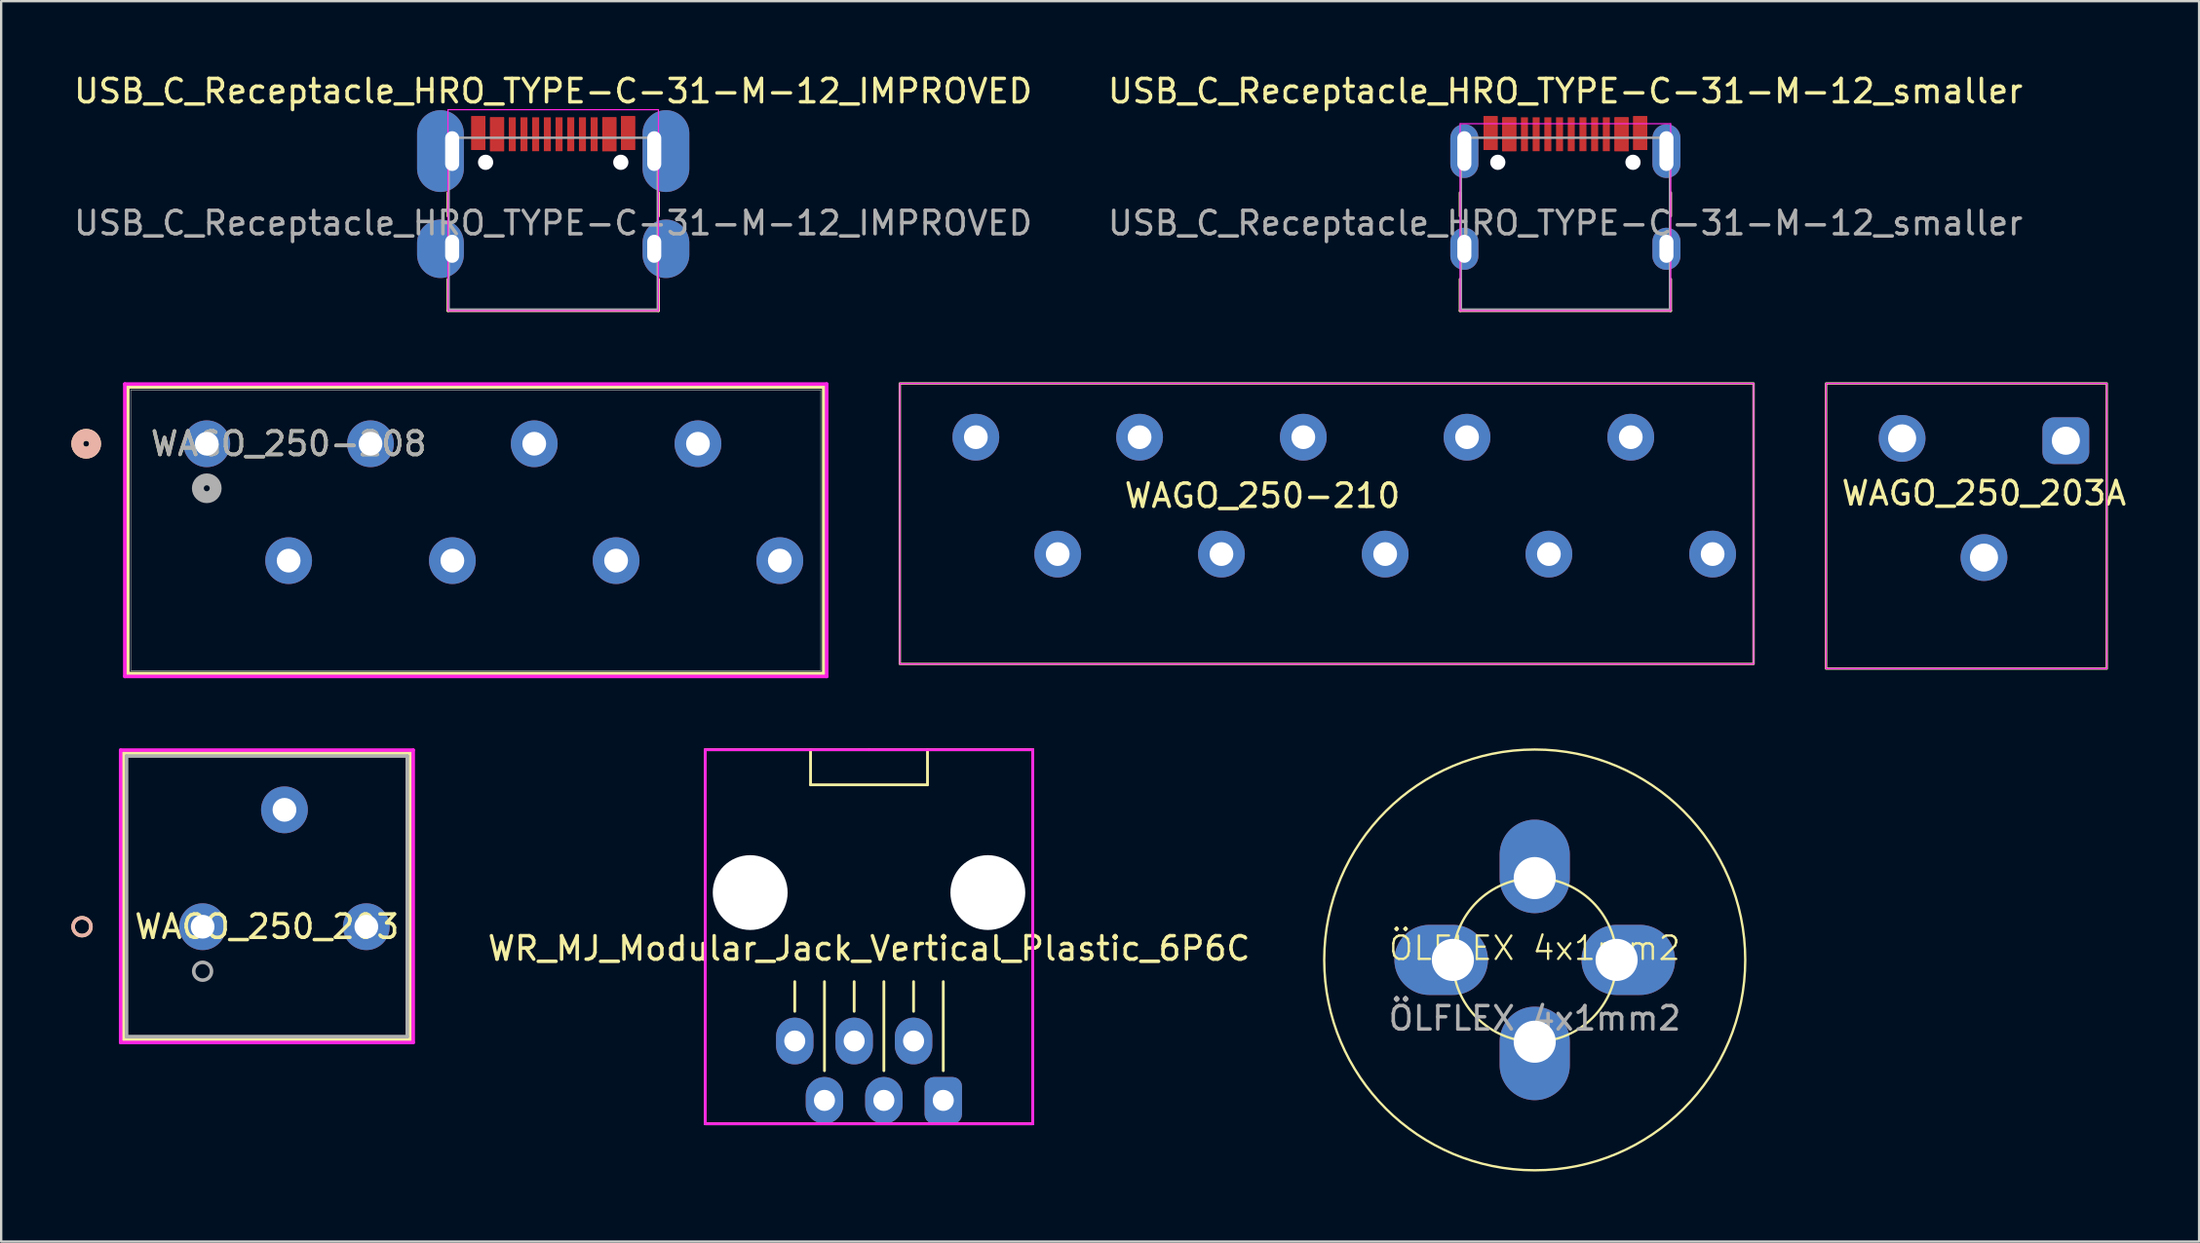
<source format=kicad_pcb>
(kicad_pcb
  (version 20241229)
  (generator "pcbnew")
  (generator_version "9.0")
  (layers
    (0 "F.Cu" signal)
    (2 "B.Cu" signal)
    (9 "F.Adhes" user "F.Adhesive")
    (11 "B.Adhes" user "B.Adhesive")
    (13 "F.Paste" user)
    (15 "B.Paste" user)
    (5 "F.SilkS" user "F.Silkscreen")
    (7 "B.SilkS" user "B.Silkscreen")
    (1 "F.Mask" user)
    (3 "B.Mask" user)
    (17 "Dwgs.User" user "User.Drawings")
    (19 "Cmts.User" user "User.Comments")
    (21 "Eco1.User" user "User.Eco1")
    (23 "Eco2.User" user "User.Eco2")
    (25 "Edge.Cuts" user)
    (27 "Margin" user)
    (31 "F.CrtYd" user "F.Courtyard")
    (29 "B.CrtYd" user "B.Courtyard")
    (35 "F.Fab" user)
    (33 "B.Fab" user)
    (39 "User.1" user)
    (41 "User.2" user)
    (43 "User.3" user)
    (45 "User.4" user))
  (footprint "WAGO_250-208"
    (layer "F.Cu")
    (at 5.79 15.933)
    (property "Reference" "WAGO_250-208" (at 3.5 0 0) (unlocked yes) (layer "F.SilkS") (effects (font (size 1 1) (thickness 0.15))))
    (attr through_hole)
    (fp_line (start -3.377 -2.427) (end -3.377 9.827) (stroke (width 0.152) (type solid)) (layer "F.SilkS"))
    (fp_line (start -3.377 9.827) (end 26.377 9.827) (stroke (width 0.152) (type solid)) (layer "F.SilkS"))
    (fp_line (start 26.377 -2.427) (end -3.377 -2.427) (stroke (width 0.152) (type solid)) (layer "F.SilkS"))
    (fp_line (start 26.377 9.827) (end 26.377 -2.427) (stroke (width 0.152) (type solid)) (layer "F.SilkS"))
    (fp_circle (center -5.155 0) (end -4.774 0) (stroke (width 0.508) (type solid)) (fill no) (layer "F.SilkS"))
    (fp_circle (center -5.155 0) (end -4.774 0) (stroke (width 0.508) (type solid)) (fill no) (layer "B.SilkS"))
    (fp_line (start -3.504 -2.554) (end -3.504 9.954) (stroke (width 0.152) (type solid)) (layer "F.CrtYd"))
    (fp_line (start -3.504 9.954) (end 26.504 9.954) (stroke (width 0.152) (type solid)) (layer "F.CrtYd"))
    (fp_line (start 26.504 -2.554) (end -3.504 -2.554) (stroke (width 0.152) (type solid)) (layer "F.CrtYd"))
    (fp_line (start 26.504 9.954) (end 26.504 -2.554) (stroke (width 0.152) (type solid)) (layer "F.CrtYd"))
    (fp_line (start -3.25 -2.3) (end -3.25 9.7) (stroke (width 0.025) (type solid)) (layer "F.Fab"))
    (fp_line (start -3.25 9.7) (end 26.25 9.7) (stroke (width 0.025) (type solid)) (layer "F.Fab"))
    (fp_line (start 26.25 -2.3) (end -3.25 -2.3) (stroke (width 0.025) (type solid)) (layer "F.Fab"))
    (fp_line (start 26.25 9.7) (end 26.25 -2.3) (stroke (width 0.025) (type solid)) (layer "F.Fab"))
    (fp_circle (center 0 1.905) (end 0.381 1.905) (stroke (width 0.508) (type solid)) (fill no) (layer "F.Fab"))
    (fp_text user "${REFERENCE}" (at 3.5 0 0) (unlocked yes) (layer "F.Fab") (effects (font (size 1 1) (thickness 0.15))))
    (pad "1" thru_hole circle (at 0 0) (size 2 2) (drill 1.016) (layers "*.Cu" "*.Mask"))
    (pad "2" thru_hole circle (at 3.5 5) (size 2 2) (drill 1.016) (layers "*.Cu" "*.Mask"))
    (pad "3" thru_hole circle (at 7 0) (size 2 2) (drill 1.016) (layers "*.Cu" "*.Mask"))
    (pad "4" thru_hole circle (at 10.5 5) (size 2 2) (drill 1.016) (layers "*.Cu" "*.Mask"))
    (pad "5" thru_hole circle (at 14 0) (size 2 2) (drill 1.016) (layers "*.Cu" "*.Mask"))
    (pad "6" thru_hole circle (at 17.5 5) (size 2 2) (drill 1.016) (layers "*.Cu" "*.Mask"))
    (pad "7" thru_hole circle (at 21 0) (size 2 2) (drill 1.016) (layers "*.Cu" "*.Mask"))
    (pad "8" thru_hole circle (at 24.5 5) (size 2 2) (drill 1.016) (layers "*.Cu" "*.Mask")))
  (footprint "USB_C_Receptacle_HRO_TYPE-C-31-M-12_smaller"
    (layer "F.Cu")
    (at 63.875 7.593)
    (property "Reference" "USB_C_Receptacle_HRO_TYPE-C-31-M-12_smaller" (at 0 -6.745 0) (layer "F.SilkS") (effects (font (size 1 1) (thickness 0.15))))
    (attr smd)
    (fp_line (start -4.5 -2.4) (end -4.5 -1.4) (stroke (width 0.12) (type solid)) (layer "F.SilkS"))
    (fp_line (start -4.5 1.3) (end -4.5 2.65) (stroke (width 0.12) (type solid)) (layer "F.SilkS"))
    (fp_line (start -4.5 2.65) (end 4.5 2.65) (stroke (width 0.12) (type solid)) (layer "F.SilkS"))
    (fp_line (start 4.5 -2.4) (end 4.5 -1.4) (stroke (width 0.12) (type solid)) (layer "F.SilkS"))
    (fp_line (start 4.5 1.3) (end 4.5 2.65) (stroke (width 0.12) (type solid)) (layer "F.SilkS"))
    (fp_line (start -4.5 -5.35) (end -4.5 2.65) (stroke (width 0.05) (type solid)) (layer "F.CrtYd"))
    (fp_line (start -4.5 -5.35) (end 4.5 -5.35) (stroke (width 0.05) (type solid)) (layer "F.CrtYd"))
    (fp_line (start -4.5 2.65) (end 4.5 2.65) (stroke (width 0.05) (type solid)) (layer "F.CrtYd"))
    (fp_line (start 4.5 -5.35) (end 4.5 2.65) (stroke (width 0.05) (type solid)) (layer "F.CrtYd"))
    (fp_line (start -4.47 -4.75) (end -4.47 2.6) (stroke (width 0.1) (type solid)) (layer "F.Fab"))
    (fp_line (start -4.47 -4.75) (end 4.47 -4.75) (stroke (width 0.1) (type solid)) (layer "F.Fab"))
    (fp_line (start -4.47 2.6) (end 4.47 2.6) (stroke (width 0.1) (type solid)) (layer "F.Fab"))
    (fp_line (start 4.47 -4.75) (end 4.47 2.6) (stroke (width 0.1) (type solid)) (layer "F.Fab"))
    (fp_text user "${REFERENCE}" (at 0 -1.1 0) (layer "F.Fab") (effects (font (size 1 1) (thickness 0.15))))
    (pad "" np_thru_hole circle (at -2.89 -3.7) (size 0.65 0.65) (drill 0.65) (layers "*.Cu" "*.Mask"))
    (pad "" np_thru_hole circle (at 2.89 -3.7) (size 0.65 0.65) (drill 0.65) (layers "*.Cu" "*.Mask"))
    (pad "A1" smd rect (at -3.2 -4.95) (size 0.6 1.45) (layers "F.Cu" "F.Mask" "F.Paste"))
    (pad "A4" smd rect (at -2.4 -4.9) (size 0.6 1.45) (layers "F.Cu" "F.Mask" "F.Paste"))
    (pad "A5" smd rect (at -1.25 -4.9) (size 0.3 1.45) (layers "F.Cu" "F.Mask" "F.Paste"))
    (pad "A6" smd rect (at -0.25 -4.9) (size 0.3 1.45) (layers "F.Cu" "F.Mask" "F.Paste"))
    (pad "A7" smd rect (at 0.25 -4.9) (size 0.3 1.45) (layers "F.Cu" "F.Mask" "F.Paste"))
    (pad "A8" smd rect (at 1.25 -4.9) (size 0.3 1.45) (layers "F.Cu" "F.Mask" "F.Paste"))
    (pad "A9" smd rect (at 2.4 -4.9) (size 0.6 1.45) (layers "F.Cu" "F.Mask" "F.Paste"))
    (pad "A12" smd rect (at 3.2 -4.95) (size 0.6 1.45) (layers "F.Cu" "F.Mask" "F.Paste"))
    (pad "B1" smd rect (at 3.2 -4.95) (size 0.6 1.45) (layers "F.Cu" "F.Mask" "F.Paste"))
    (pad "B4" smd rect (at 2.4 -4.9) (size 0.6 1.45) (layers "F.Cu" "F.Mask" "F.Paste"))
    (pad "B5" smd rect (at 1.75 -4.9) (size 0.3 1.45) (layers "F.Cu" "F.Mask" "F.Paste"))
    (pad "B6" smd rect (at 0.75 -4.9) (size 0.3 1.45) (layers "F.Cu" "F.Mask" "F.Paste"))
    (pad "B7" smd rect (at -0.75 -4.9) (size 0.3 1.45) (layers "F.Cu" "F.Mask" "F.Paste"))
    (pad "B8" smd rect (at -1.75 -4.9) (size 0.3 1.45) (layers "F.Cu" "F.Mask" "F.Paste"))
    (pad "B9" smd rect (at -2.4 -4.9) (size 0.6 1.45) (layers "F.Cu" "F.Mask" "F.Paste"))
    (pad "B12" smd rect (at -3.2 -4.95) (size 0.6 1.45) (layers "F.Cu" "F.Mask" "F.Paste"))
    (pad "S1" thru_hole oval (at -4.32 -4.18) (size 1.2 2.3) (drill oval 0.6 1.7) (layers "*.Cu" "*.Mask"))
    (pad "S1" thru_hole oval (at -4.32 0) (size 1.2 1.8) (drill oval 0.6 1.2) (layers "*.Cu" "*.Mask"))
    (pad "S1" thru_hole oval (at 4.32 -4.18) (size 1.2 2.3) (drill oval 0.6 1.7) (layers "*.Cu" "*.Mask"))
    (pad "S1" thru_hole oval (at 4.32 0) (size 1.2 1.8) (drill oval 0.6 1.2) (layers "*.Cu" "*.Mask")))
  (footprint "WAGO_250_203A"
    (layer "F.Cu")
    (at 81.02 19.453)
    (property "Reference" "WAGO_250_203A" (at 0.75 -1.4 0) (layer "F.SilkS") (effects (font (size 1 1) (thickness 0.15))))
    (attr through_hole)
    (fp_rect (start -6 -6.1) (end 6 6.1) (stroke (width 0.1) (type default)) (fill no) (layer "F.SilkS"))
    (fp_rect (start -6 6.1) (end 6 -6.1) (stroke (width 0.05) (type default)) (fill no) (layer "F.CrtYd"))
    (pad "1" thru_hole roundrect (at 4.25 -3.65) (size 2 2) (drill 1.2) (layers "*.Cu" "*.Mask") (roundrect_rratio 0.25))
    (pad "2" thru_hole circle (at 0.75 1.35) (size 2 2) (drill 1.2) (layers "*.Cu" "*.Mask"))
    (pad "3" thru_hole circle (at -2.75 -3.75) (size 2 2) (drill 1.2) (layers "*.Cu" "*.Mask")))
  (footprint "ÖLFLEX 4x1mm2"
    (layer "F.Cu")
    (at 62.564 38.014)
    (property "Reference" "ÖLFLEX 4x1mm2" (at 0 -0.5 0) (unlocked yes) (layer "F.SilkS") (effects (font (size 1 1) (thickness 0.1))))
    (attr through_hole)
    (fp_circle (center 0 0) (end 0 -9) (stroke (width 0.1) (type default)) (fill no) (layer "F.SilkS"))
    (fp_circle (center 0 0) (end 0 -3.5) (stroke (width 0.1) (type default)) (fill no) (layer "F.SilkS"))
    (fp_text user "${REFERENCE}" (at 0 2.5 0) (unlocked yes) (layer "F.Fab") (effects (font (size 1 1) (thickness 0.15))))
    (pad "1" thru_hole oval (at -3.5 0) (size 4 3) (drill 1.8 (offset -0.5 0)) (layers "*.Cu" "*.Mask"))
    (pad "2" thru_hole oval (at 0 3.5 90) (size 4 3) (drill 1.8 (offset -0.5 0)) (layers "*.Cu" "*.Mask"))
    (pad "3" thru_hole oval (at 3.5 0 180) (size 4 3) (drill 1.8 (offset -0.5 0)) (layers "*.Cu" "*.Mask"))
    (pad "4" thru_hole oval (at 0 -3.5 270) (size 4 3) (drill 1.8 (offset -0.5 0)) (layers "*.Cu" "*.Mask")))
  (footprint "WAGO_250-210"
    (layer "F.Cu")
    (at 53.67 19.353)
    (property "Reference" "WAGO_250-210" (at -2.75 -1.2 0) (unlocked yes) (layer "F.SilkS") (effects (font (size 1 1) (thickness 0.15))))
    (attr through_hole)
    (fp_rect (start -18.25 -6) (end 18.25 6) (stroke (width 0.1) (type default)) (fill no) (layer "F.SilkS"))
    (fp_rect (start -18.25 -6) (end 18.25 6) (stroke (width 0.05) (type default)) (fill no) (layer "F.CrtYd"))
    (pad "1" thru_hole circle (at -15 -3.7) (size 2 2) (drill 1.016) (layers "*.Cu" "*.Mask"))
    (pad "2" thru_hole circle (at -11.5 1.3) (size 2 2) (drill 1.016) (layers "*.Cu" "*.Mask"))
    (pad "3" thru_hole circle (at -8 -3.7) (size 2 2) (drill 1.016) (layers "*.Cu" "*.Mask"))
    (pad "4" thru_hole circle (at -4.5 1.3) (size 2 2) (drill 1.016) (layers "*.Cu" "*.Mask"))
    (pad "5" thru_hole circle (at -1 -3.7) (size 2 2) (drill 1.016) (layers "*.Cu" "*.Mask"))
    (pad "6" thru_hole circle (at 2.5 1.3) (size 2 2) (drill 1.016) (layers "*.Cu" "*.Mask"))
    (pad "7" thru_hole circle (at 6 -3.7) (size 2 2) (drill 1.016) (layers "*.Cu" "*.Mask"))
    (pad "8" thru_hole circle (at 9.5 1.3) (size 2 2) (drill 1.016) (layers "*.Cu" "*.Mask"))
    (pad "9" thru_hole circle (at 13 -3.7) (size 2 2) (drill 1.016) (layers "*.Cu" "*.Mask"))
    (pad "10" thru_hole circle (at 16.5 1.3) (size 2 2) (drill 1.016) (layers "*.Cu" "*.Mask")))
  (footprint "WAGO_250_203"
    (layer "F.Cu")
    (at 5.612 36.594)
    (property "Reference" "WAGO_250_203" (at 2.75 0 0) (layer "F.SilkS") (effects (font (size 1 1) (thickness 0.15))))
    (attr through_hole)
    (fp_line (start -3.377 -7.427) (end -3.377 4.827) (stroke (width 0.152) (type solid)) (layer "F.SilkS"))
    (fp_line (start -3.377 4.827) (end 8.877 4.827) (stroke (width 0.152) (type solid)) (layer "F.SilkS"))
    (fp_line (start 8.877 -7.427) (end -3.377 -7.427) (stroke (width 0.152) (type solid)) (layer "F.SilkS"))
    (fp_line (start 8.877 4.827) (end 8.877 -7.427) (stroke (width 0.152) (type solid)) (layer "F.SilkS"))
    (fp_circle (center -5.155 0) (end -4.774 0) (stroke (width 0.152) (type solid)) (fill no) (layer "F.SilkS"))
    (fp_circle (center -5.155 0) (end -4.774 0) (stroke (width 0.152) (type solid)) (fill no) (layer "B.SilkS"))
    (fp_line (start -3.504 -7.554) (end -3.504 4.954) (stroke (width 0.152) (type solid)) (layer "F.CrtYd"))
    (fp_line (start -3.504 4.954) (end 9.004 4.954) (stroke (width 0.152) (type solid)) (layer "F.CrtYd"))
    (fp_line (start 9.004 -7.554) (end -3.504 -7.554) (stroke (width 0.152) (type solid)) (layer "F.CrtYd"))
    (fp_line (start 9.004 4.954) (end 9.004 -7.554) (stroke (width 0.152) (type solid)) (layer "F.CrtYd"))
    (fp_line (start -3.25 -7.3) (end -3.25 4.7) (stroke (width 0.152) (type solid)) (layer "F.Fab"))
    (fp_line (start -3.25 4.7) (end 8.75 4.7) (stroke (width 0.152) (type solid)) (layer "F.Fab"))
    (fp_line (start 8.75 -7.3) (end -3.25 -7.3) (stroke (width 0.152) (type solid)) (layer "F.Fab"))
    (fp_line (start 8.75 4.7) (end 8.75 -7.3) (stroke (width 0.152) (type solid)) (layer "F.Fab"))
    (fp_circle (center 0 1.905) (end 0.381 1.905) (stroke (width 0.152) (type solid)) (fill no) (layer "F.Fab"))
    (pad "1" thru_hole circle (at 0 0) (size 2 2) (drill 1.016) (layers "*.Cu" "*.Mask"))
    (pad "2" thru_hole circle (at 3.5 -5) (size 2 2) (drill 1.016) (layers "*.Cu" "*.Mask"))
    (pad "3" thru_hole circle (at 7 0) (size 2 2) (drill 1.016) (layers "*.Cu" "*.Mask")))
  (footprint "WR_MJ_Modular_Jack_Vertical_Plastic_6P6C"
    (layer "F.Cu")
    (at 34.103 44.024)
    (property "Reference" "WR_MJ_Modular_Jack_Vertical_Plastic_6P6C" (at 0 -6.5 0) (layer "F.SilkS") (effects (font (size 1 1) (thickness 0.15))))
    (attr through_hole)
    (fp_line (start -7 -15) (end 0 -15) (stroke (width 0.12) (type solid)) (layer "F.SilkS"))
    (fp_line (start -7 1) (end -7 -15) (stroke (width 0.12) (type solid)) (layer "F.SilkS"))
    (fp_line (start -3.175 -5.08) (end -3.175 -3.81) (stroke (width 0.12) (type solid)) (layer "F.SilkS"))
    (fp_line (start -2.5 -15) (end -2.5 -13.5) (stroke (width 0.12) (type solid)) (layer "F.SilkS"))
    (fp_line (start -2.5 -13.5) (end 2.5 -13.5) (stroke (width 0.12) (type solid)) (layer "F.SilkS"))
    (fp_line (start -1.905 -5.08) (end -1.905 -1.27) (stroke (width 0.12) (type solid)) (layer "F.SilkS"))
    (fp_line (start -0.635 -5.08) (end -0.635 -3.81) (stroke (width 0.12) (type solid)) (layer "F.SilkS"))
    (fp_line (start 0 -15) (end 7 -15) (stroke (width 0.12) (type solid)) (layer "F.SilkS"))
    (fp_line (start 0.635 -5.08) (end 0.635 -1.27) (stroke (width 0.12) (type solid)) (layer "F.SilkS"))
    (fp_line (start 1.905 -5.08) (end 1.905 -3.81) (stroke (width 0.12) (type solid)) (layer "F.SilkS"))
    (fp_line (start 2.5 -13.5) (end 2.5 -15) (stroke (width 0.12) (type solid)) (layer "F.SilkS"))
    (fp_line (start 3.175 -5.08) (end 3.175 -1.27) (stroke (width 0.12) (type solid)) (layer "F.SilkS"))
    (fp_line (start 7 -15) (end 7 1) (stroke (width 0.12) (type solid)) (layer "F.SilkS"))
    (fp_line (start 7 1) (end -7 1) (stroke (width 0.12) (type solid)) (layer "F.SilkS"))
    (fp_line (start -7 -15) (end -7 1) (stroke (width 0.12) (type solid)) (layer "F.CrtYd"))
    (fp_line (start -7 1) (end 7 1) (stroke (width 0.12) (type solid)) (layer "F.CrtYd"))
    (fp_line (start 7 -15) (end -7 -15) (stroke (width 0.12) (type solid)) (layer "F.CrtYd"))
    (fp_line (start 7 1) (end 7 -15) (stroke (width 0.12) (type solid)) (layer "F.CrtYd"))
    (pad "" np_thru_hole circle (at -5.08 -8.89) (size 3.2 3.2) (drill 3.2) (layers "*.Cu" "*.Mask"))
    (pad "" np_thru_hole circle (at 5.08 -8.89) (size 3.2 3.2) (drill 3.2) (layers "*.Cu" "*.Mask"))
    (pad "1" thru_hole roundrect (at 3.175 0) (size 1.6 2) (drill 0.9) (layers "*.Cu" "*.Mask") (roundrect_rratio 0.25))
    (pad "2" thru_hole oval (at 1.905 -2.54) (size 1.6 2) (drill 0.9) (layers "*.Cu" "*.Mask"))
    (pad "3" thru_hole oval (at 0.635 0) (size 1.6 2) (drill 0.9) (layers "*.Cu" "*.Mask"))
    (pad "4" thru_hole oval (at -0.635 -2.54) (size 1.6 2) (drill 0.9) (layers "*.Cu" "*.Mask"))
    (pad "5" thru_hole oval (at -1.905 0) (size 1.6 2) (drill 0.9) (layers "*.Cu" "*.Mask"))
    (pad "6" thru_hole oval (at -3.175 -2.54) (size 1.6 2) (drill 0.9) (layers "*.Cu" "*.Mask")))
  (footprint "USB_C_Receptacle_HRO_TYPE-C-31-M-12_IMPROVED"
    (layer "F.Cu")
    (at 20.601 7.593)
    (property "Reference" "USB_C_Receptacle_HRO_TYPE-C-31-M-12_IMPROVED" (at 0 -6.745 0) (layer "F.SilkS") (effects (font (size 1 1) (thickness 0.15))))
    (attr smd)
    (fp_line (start -4.5 -2.4) (end -4.5 -1.4) (stroke (width 0.12) (type solid)) (layer "F.SilkS"))
    (fp_line (start -4.5 1.3) (end -4.5 2.65) (stroke (width 0.12) (type solid)) (layer "F.SilkS"))
    (fp_line (start -4.5 2.65) (end 4.5 2.65) (stroke (width 0.12) (type solid)) (layer "F.SilkS"))
    (fp_line (start 4.5 -2.4) (end 4.5 -1.4) (stroke (width 0.12) (type solid)) (layer "F.SilkS"))
    (fp_line (start 4.5 1.3) (end 4.5 2.65) (stroke (width 0.12) (type solid)) (layer "F.SilkS"))
    (fp_line (start -4.5 -5.95) (end -4.5 2.65) (stroke (width 0.05) (type solid)) (layer "F.CrtYd"))
    (fp_line (start -4.5 -5.95) (end 4.5 -5.95) (stroke (width 0.05) (type solid)) (layer "F.CrtYd"))
    (fp_line (start -4.5 2.65) (end 4.5 2.65) (stroke (width 0.05) (type solid)) (layer "F.CrtYd"))
    (fp_line (start 4.5 -5.95) (end 4.5 2.65) (stroke (width 0.05) (type solid)) (layer "F.CrtYd"))
    (fp_line (start -4.47 -4.75) (end -4.47 2.6) (stroke (width 0.1) (type solid)) (layer "F.Fab"))
    (fp_line (start -4.47 -4.75) (end 4.47 -4.75) (stroke (width 0.1) (type solid)) (layer "F.Fab"))
    (fp_line (start -4.47 2.6) (end 4.47 2.6) (stroke (width 0.1) (type solid)) (layer "F.Fab"))
    (fp_line (start 4.47 -4.75) (end 4.47 2.6) (stroke (width 0.1) (type solid)) (layer "F.Fab"))
    (fp_text user "${REFERENCE}" (at 0 -1.1 0) (layer "F.Fab") (effects (font (size 1 1) (thickness 0.15))))
    (pad "" np_thru_hole circle (at -2.89 -3.7) (size 0.65 0.65) (drill 0.65) (layers "*.Cu" "*.Mask"))
    (pad "" np_thru_hole circle (at 2.89 -3.7) (size 0.65 0.65) (drill 0.65) (layers "*.Cu" "*.Mask"))
    (pad "A1" smd rect (at -3.2 -4.95) (size 0.6 1.45) (layers "F.Cu" "F.Mask" "F.Paste"))
    (pad "A4" smd rect (at -2.4 -4.9) (size 0.6 1.45) (layers "F.Cu" "F.Mask" "F.Paste"))
    (pad "A5" smd rect (at -1.25 -4.9) (size 0.3 1.45) (layers "F.Cu" "F.Mask" "F.Paste"))
    (pad "A6" smd rect (at -0.25 -4.9) (size 0.3 1.45) (layers "F.Cu" "F.Mask" "F.Paste"))
    (pad "A7" smd rect (at 0.25 -4.9) (size 0.3 1.45) (layers "F.Cu" "F.Mask" "F.Paste"))
    (pad "A8" smd rect (at 1.25 -4.9) (size 0.3 1.45) (layers "F.Cu" "F.Mask" "F.Paste"))
    (pad "A9" smd rect (at 2.4 -4.9) (size 0.6 1.45) (layers "F.Cu" "F.Mask" "F.Paste"))
    (pad "A12" smd rect (at 3.2 -4.95) (size 0.6 1.45) (layers "F.Cu" "F.Mask" "F.Paste"))
    (pad "B1" smd rect (at 3.2 -4.95) (size 0.6 1.45) (layers "F.Cu" "F.Mask" "F.Paste"))
    (pad "B4" smd rect (at 2.4 -4.9) (size 0.6 1.45) (layers "F.Cu" "F.Mask" "F.Paste"))
    (pad "B5" smd rect (at 1.75 -4.9) (size 0.3 1.45) (layers "F.Cu" "F.Mask" "F.Paste"))
    (pad "B6" smd rect (at 0.75 -4.9) (size 0.3 1.45) (layers "F.Cu" "F.Mask" "F.Paste"))
    (pad "B7" smd rect (at -0.75 -4.9) (size 0.3 1.45) (layers "F.Cu" "F.Mask" "F.Paste"))
    (pad "B8" smd rect (at -1.75 -4.9) (size 0.3 1.45) (layers "F.Cu" "F.Mask" "F.Paste"))
    (pad "B9" smd rect (at -2.4 -4.9) (size 0.6 1.45) (layers "F.Cu" "F.Mask" "F.Paste"))
    (pad "B12" smd rect (at -3.2 -4.95) (size 0.6 1.45) (layers "F.Cu" "F.Mask" "F.Paste"))
    (pad "S1" thru_hole oval (at -4.32 -4.18) (size 2 3.5) (drill oval 0.6 1.7 (offset -0.5 0)) (layers "*.Cu" "*.Mask"))
    (pad "S1" thru_hole oval (at -4.32 0) (size 2 2.5) (drill oval 0.6 1.2 (offset -0.5 0)) (layers "*.Cu" "*.Mask"))
    (pad "S1" thru_hole oval (at 4.32 -4.18) (size 2 3.5) (drill oval 0.6 1.7 (offset 0.5 0)) (layers "*.Cu" "*.Mask"))
    (pad "S1" thru_hole oval (at 4.32 0) (size 2 2.5) (drill oval 0.6 1.2 (offset 0.5 0)) (layers "*.Cu" "*.Mask")))
  (gr_rect
    (start -3 -3)
    (end 90.967 50.064)
    (stroke (width 0.1) (type default))
    (fill no)
    (layer "Edge.Cuts")))
</source>
